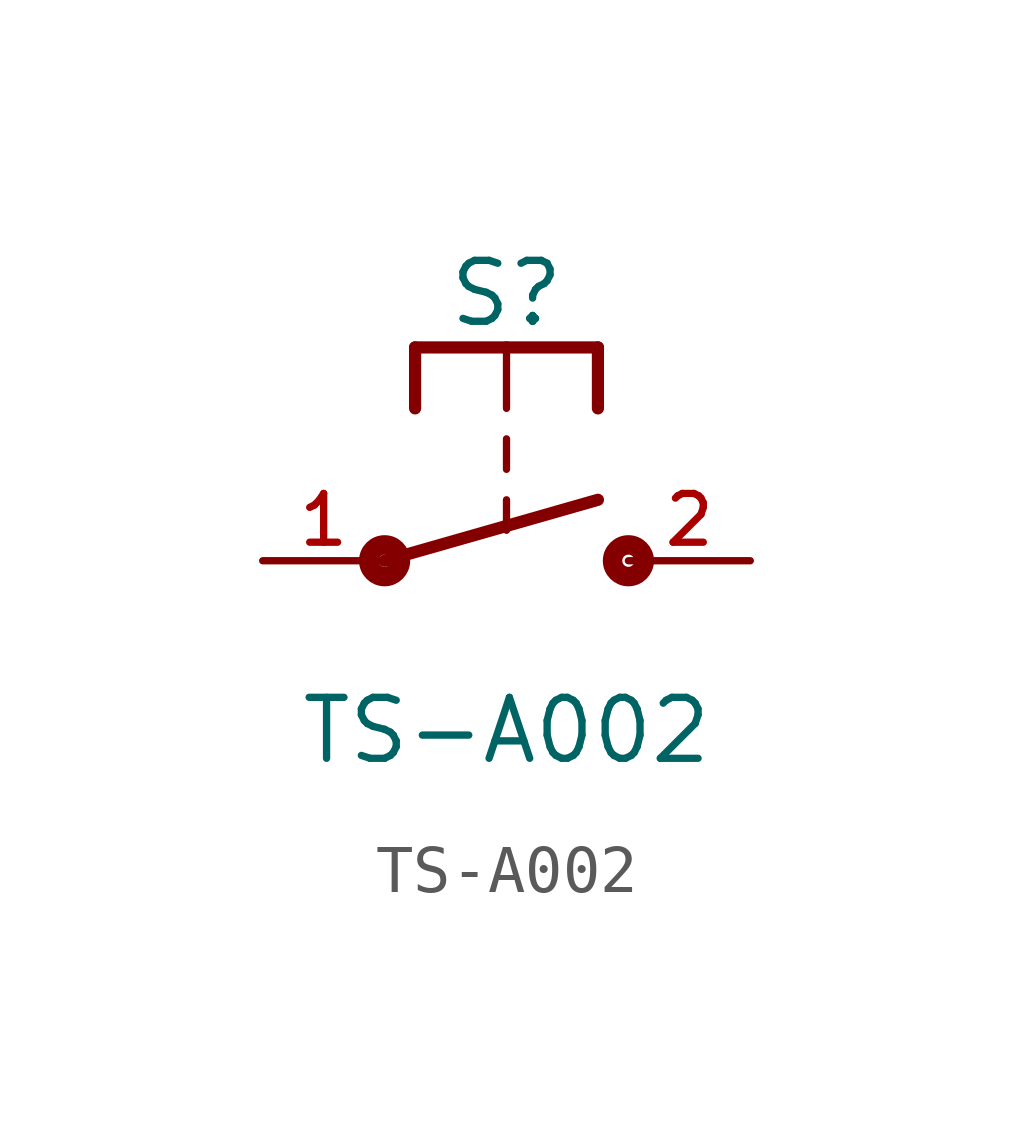
<source format=kicad_sym>
(kicad_symbol_lib
  (version 20211014)
  (generator kicad_symbol_editor)
  (symbol "TS-A002"
    (pin_names
      (offset 1.016))
    (property "Reference" "S"
      (at 5.08 4.826 0)
      (effects (font (size 1.27 1.27)) (justify bottom)))
    (property "Value" "TS-A002"
      (at 5.08 -2.794 0)
      (effects (font (size 1.27 1.27)) (justify top)))
    (symbol "TS-A002_0_0"
      (polyline (pts (xy 6.985 4.445) (xy 6.985 3.175)) (stroke (width 0.254)))
      (polyline (pts (xy 3.175 4.445) (xy 3.175 3.175)) (stroke (width 0.254)))
      (polyline (pts (xy 6.985 4.445) (xy 5.08 4.445)) (stroke (width 0.254)))
      (polyline (pts (xy 5.08 4.445) (xy 3.175 4.445)) (stroke (width 0.254)))
      (polyline (pts (xy 5.08 2.54) (xy 5.08 1.905)) (stroke (width 0.152)))
      (polyline (pts (xy 5.08 1.27) (xy 5.08 0.635)) (stroke (width 0.152)))
      (polyline (pts (xy 5.08 4.445) (xy 5.08 3.175)) (stroke (width 0.152)))
      (polyline (pts (xy 2.54 0.0) (xy 6.985 1.27)) (stroke (width 0.254)))
      (circle (center 2.54 0.0) (radius 0.127) (stroke (width 0.406)) (fill (type none)))
      (circle (center 7.62 0.0) (radius 0.127) (stroke (width 0.406)) (fill (type none)))
      (pin passive line (at 0.0 0.0 0) (length 2.54) (name "~" (effects (font (size 1.016 1.016)))) (number "1" (effects (font (size 1.016 1.016)))))
      (pin passive line (at 10.16 0.0 180.0) (length 2.54) (name "~" (effects (font (size 1.016 1.016)))) (number "2" (effects (font (size 1.016 1.016))))))))
</source>
